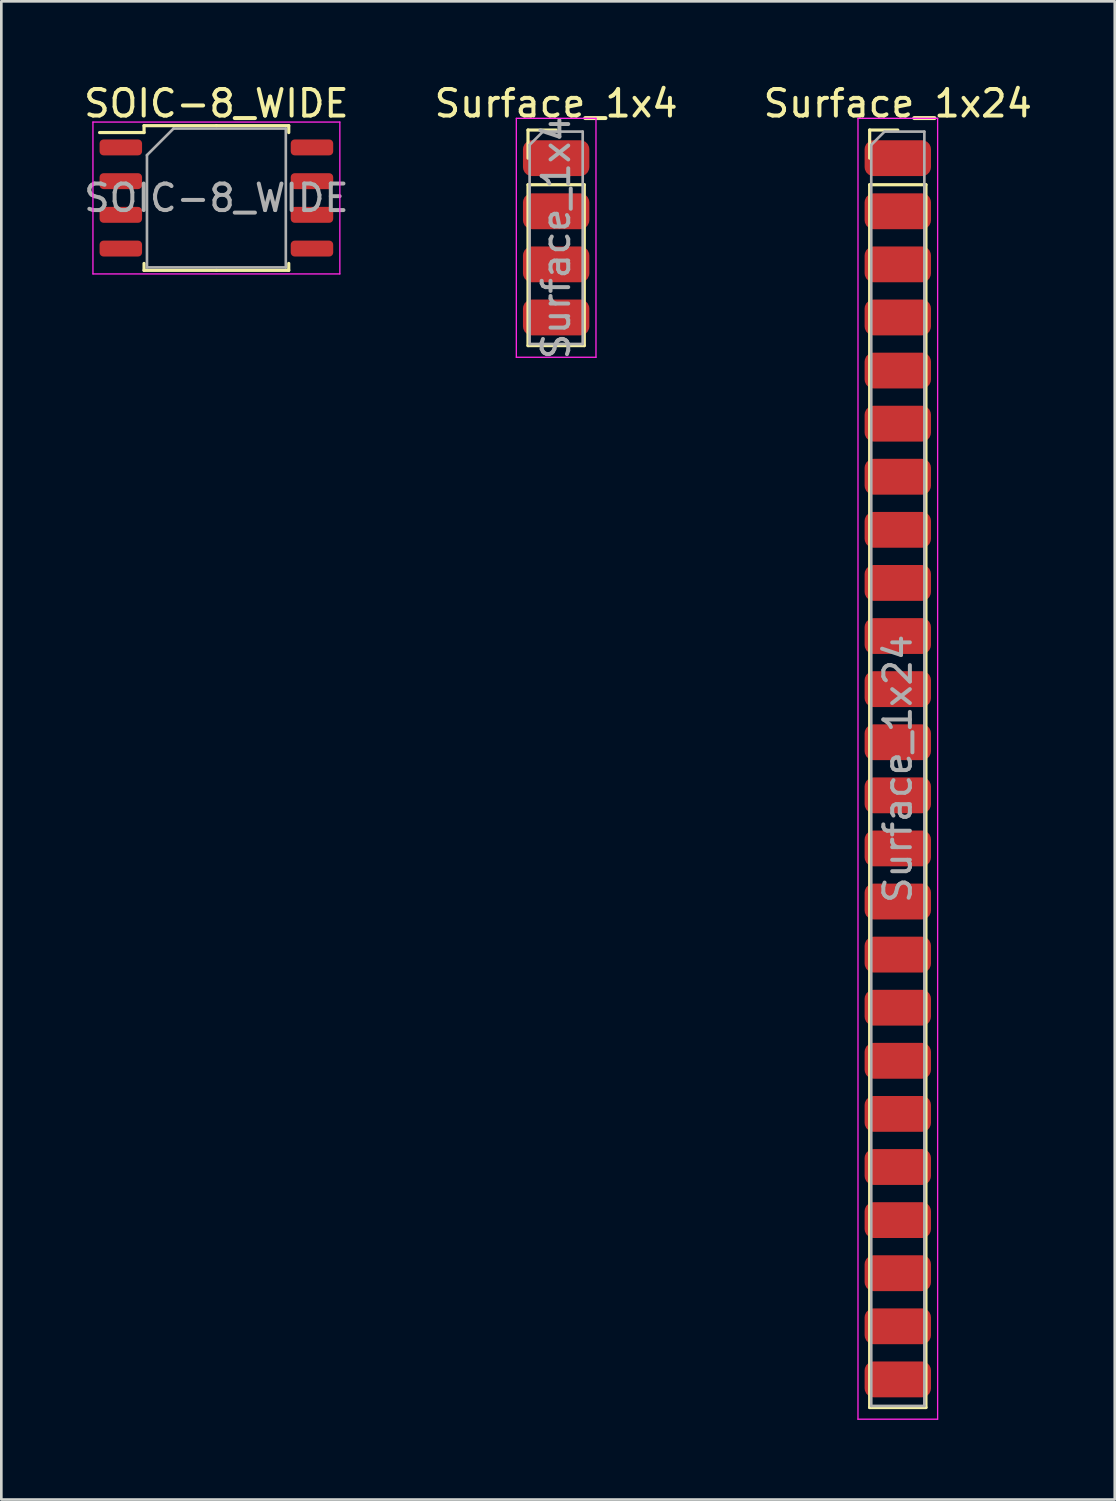
<source format=kicad_pcb>
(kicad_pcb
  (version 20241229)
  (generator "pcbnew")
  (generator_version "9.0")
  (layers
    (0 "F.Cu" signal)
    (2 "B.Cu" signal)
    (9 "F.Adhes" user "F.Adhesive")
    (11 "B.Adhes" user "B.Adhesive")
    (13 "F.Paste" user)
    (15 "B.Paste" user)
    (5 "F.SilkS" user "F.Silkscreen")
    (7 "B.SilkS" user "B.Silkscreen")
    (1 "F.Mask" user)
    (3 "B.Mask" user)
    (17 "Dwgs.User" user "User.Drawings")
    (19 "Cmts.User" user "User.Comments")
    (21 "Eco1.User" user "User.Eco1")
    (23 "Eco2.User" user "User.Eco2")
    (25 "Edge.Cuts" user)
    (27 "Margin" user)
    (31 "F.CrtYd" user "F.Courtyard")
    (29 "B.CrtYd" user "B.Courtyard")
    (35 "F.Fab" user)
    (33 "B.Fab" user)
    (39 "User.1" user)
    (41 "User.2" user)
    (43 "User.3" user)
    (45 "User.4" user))
  (footprint "SOIC-8_WIDE"
    (layer "F.Cu")
    (at 5.101 4.408)
    (property "Reference" "SOIC-8_WIDE" (at 0 -3.56 0) (layer "F.SilkS") (effects (font (size 1 1) (thickness 0.15))))
    (attr smd)
    (fp_line (start -2.725 -2.725) (end -2.725 -2.465) (stroke (width 0.12) (type solid)) (layer "F.SilkS"))
    (fp_line (start -2.725 -2.465) (end -4.4 -2.465) (stroke (width 0.12) (type solid)) (layer "F.SilkS"))
    (fp_line (start -2.725 2.725) (end -2.725 2.465) (stroke (width 0.12) (type solid)) (layer "F.SilkS"))
    (fp_line (start 0 -2.725) (end -2.725 -2.725) (stroke (width 0.12) (type solid)) (layer "F.SilkS"))
    (fp_line (start 0 -2.725) (end 2.725 -2.725) (stroke (width 0.12) (type solid)) (layer "F.SilkS"))
    (fp_line (start 0 2.725) (end -2.725 2.725) (stroke (width 0.12) (type solid)) (layer "F.SilkS"))
    (fp_line (start 0 2.725) (end 2.725 2.725) (stroke (width 0.12) (type solid)) (layer "F.SilkS"))
    (fp_line (start 2.725 -2.725) (end 2.725 -2.465) (stroke (width 0.12) (type solid)) (layer "F.SilkS"))
    (fp_line (start 2.725 2.725) (end 2.725 2.465) (stroke (width 0.12) (type solid)) (layer "F.SilkS"))
    (fp_line (start -4.65 -2.86) (end -4.65 2.86) (stroke (width 0.05) (type solid)) (layer "F.CrtYd"))
    (fp_line (start -4.65 2.86) (end 4.65 2.86) (stroke (width 0.05) (type solid)) (layer "F.CrtYd"))
    (fp_line (start 4.65 -2.86) (end -4.65 -2.86) (stroke (width 0.05) (type solid)) (layer "F.CrtYd"))
    (fp_line (start 4.65 2.86) (end 4.65 -2.86) (stroke (width 0.05) (type solid)) (layer "F.CrtYd"))
    (fp_line (start -2.615 -1.615) (end -1.615 -2.615) (stroke (width 0.1) (type solid)) (layer "F.Fab"))
    (fp_line (start -2.615 2.615) (end -2.615 -1.615) (stroke (width 0.1) (type solid)) (layer "F.Fab"))
    (fp_line (start -1.615 -2.615) (end 2.615 -2.615) (stroke (width 0.1) (type solid)) (layer "F.Fab"))
    (fp_line (start 2.615 -2.615) (end 2.615 2.615) (stroke (width 0.1) (type solid)) (layer "F.Fab"))
    (fp_line (start 2.615 2.615) (end -2.615 2.615) (stroke (width 0.1) (type solid)) (layer "F.Fab"))
    (fp_text user "${REFERENCE}" (at 0 0 0) (layer "F.Fab") (effects (font (size 1 1) (thickness 0.15))))
    (pad "1" smd roundrect (at -3.6 -1.905) (size 1.6 0.6) (layers "F.Cu" "F.Mask" "F.Paste") (roundrect_rratio 0.25))
    (pad "2" smd roundrect (at -3.6 -0.635) (size 1.6 0.6) (layers "F.Cu" "F.Mask" "F.Paste") (roundrect_rratio 0.25))
    (pad "3" smd roundrect (at -3.6 0.635) (size 1.6 0.6) (layers "F.Cu" "F.Mask" "F.Paste") (roundrect_rratio 0.25))
    (pad "4" smd roundrect (at -3.6 1.905) (size 1.6 0.6) (layers "F.Cu" "F.Mask" "F.Paste") (roundrect_rratio 0.25))
    (pad "5" smd roundrect (at 3.6 1.905) (size 1.6 0.6) (layers "F.Cu" "F.Mask" "F.Paste") (roundrect_rratio 0.25))
    (pad "6" smd roundrect (at 3.6 0.635) (size 1.6 0.6) (layers "F.Cu" "F.Mask" "F.Paste") (roundrect_rratio 0.25))
    (pad "7" smd roundrect (at 3.6 -0.635) (size 1.6 0.6) (layers "F.Cu" "F.Mask" "F.Paste") (roundrect_rratio 0.25))
    (pad "8" smd roundrect (at 3.6 -1.905) (size 1.6 0.6) (layers "F.Cu" "F.Mask" "F.Paste") (roundrect_rratio 0.25)))
  (footprint "Surface_1x24"
    (layer "F.Cu")
    (at 30.768 2.908)
    (property "Reference" "Surface_1x24" (at 0 -2.06 0) (layer "F.SilkS") (effects (font (size 1 1) (thickness 0.15))))
    (attr through_hole)
    (fp_line (start -1.06 -1.06) (end 0 -1.06) (stroke (width 0.12) (type solid)) (layer "F.SilkS"))
    (fp_line (start -1.06 0) (end -1.06 -1.06) (stroke (width 0.12) (type solid)) (layer "F.SilkS"))
    (fp_line (start -1.06 1) (end -1.06 47.06) (stroke (width 0.12) (type solid)) (layer "F.SilkS"))
    (fp_line (start -1.06 1) (end 1.06 1) (stroke (width 0.12) (type solid)) (layer "F.SilkS"))
    (fp_line (start -1.06 47.06) (end 1.06 47.06) (stroke (width 0.12) (type solid)) (layer "F.SilkS"))
    (fp_line (start 1.06 1) (end 1.06 47.06) (stroke (width 0.12) (type solid)) (layer "F.SilkS"))
    (fp_line (start -1.5 -1.5) (end -1.5 47.5) (stroke (width 0.05) (type solid)) (layer "F.CrtYd"))
    (fp_line (start -1.5 47.5) (end 1.5 47.5) (stroke (width 0.05) (type solid)) (layer "F.CrtYd"))
    (fp_line (start 1.5 -1.5) (end -1.5 -1.5) (stroke (width 0.05) (type solid)) (layer "F.CrtYd"))
    (fp_line (start 1.5 47.5) (end 1.5 -1.5) (stroke (width 0.05) (type solid)) (layer "F.CrtYd"))
    (fp_line (start -1 -0.5) (end -0.5 -1) (stroke (width 0.1) (type solid)) (layer "F.Fab"))
    (fp_line (start -1 47) (end -1 -0.5) (stroke (width 0.1) (type solid)) (layer "F.Fab"))
    (fp_line (start -0.5 -1) (end 1 -1) (stroke (width 0.1) (type solid)) (layer "F.Fab"))
    (fp_line (start 1 -1) (end 1 47) (stroke (width 0.1) (type solid)) (layer "F.Fab"))
    (fp_line (start 1 47) (end -1 47) (stroke (width 0.1) (type solid)) (layer "F.Fab"))
    (fp_text user "${REFERENCE}" (at 0 23 90) (layer "F.Fab") (effects (font (size 1 1) (thickness 0.15))))
    (pad "1" smd roundrect (at 0 0) (size 2.5 1.35) (layers "F.Cu" "F.Mask" "F.Paste") (roundrect_rratio 0.25))
    (pad "2" smd roundrect (at 0 2) (size 2.5 1.35) (layers "F.Cu" "F.Mask" "F.Paste") (roundrect_rratio 0.25))
    (pad "3" smd roundrect (at 0 4) (size 2.5 1.35) (layers "F.Cu" "F.Mask" "F.Paste") (roundrect_rratio 0.25))
    (pad "4" smd roundrect (at 0 6) (size 2.5 1.35) (layers "F.Cu" "F.Mask" "F.Paste") (roundrect_rratio 0.25))
    (pad "5" smd roundrect (at 0 8) (size 2.5 1.35) (layers "F.Cu" "F.Mask" "F.Paste") (roundrect_rratio 0.25))
    (pad "6" smd roundrect (at 0 10) (size 2.5 1.35) (layers "F.Cu" "F.Mask" "F.Paste") (roundrect_rratio 0.25))
    (pad "7" smd roundrect (at 0 12) (size 2.5 1.35) (layers "F.Cu" "F.Mask" "F.Paste") (roundrect_rratio 0.25))
    (pad "8" smd roundrect (at 0 14) (size 2.5 1.35) (layers "F.Cu" "F.Mask" "F.Paste") (roundrect_rratio 0.25))
    (pad "9" smd roundrect (at 0 16) (size 2.5 1.35) (layers "F.Cu" "F.Mask" "F.Paste") (roundrect_rratio 0.25))
    (pad "10" smd roundrect (at 0 18) (size 2.5 1.35) (layers "F.Cu" "F.Mask" "F.Paste") (roundrect_rratio 0.25))
    (pad "11" smd roundrect (at 0 20) (size 2.5 1.35) (layers "F.Cu" "F.Mask" "F.Paste") (roundrect_rratio 0.25))
    (pad "12" smd roundrect (at 0 22) (size 2.5 1.35) (layers "F.Cu" "F.Mask" "F.Paste") (roundrect_rratio 0.25))
    (pad "13" smd roundrect (at 0 24) (size 2.5 1.35) (layers "F.Cu" "F.Mask" "F.Paste") (roundrect_rratio 0.25))
    (pad "14" smd roundrect (at 0 26) (size 2.5 1.35) (layers "F.Cu" "F.Mask" "F.Paste") (roundrect_rratio 0.25))
    (pad "15" smd roundrect (at 0 28) (size 2.5 1.35) (layers "F.Cu" "F.Mask" "F.Paste") (roundrect_rratio 0.25))
    (pad "16" smd roundrect (at 0 30) (size 2.5 1.35) (layers "F.Cu" "F.Mask" "F.Paste") (roundrect_rratio 0.25))
    (pad "17" smd roundrect (at 0 32) (size 2.5 1.35) (layers "F.Cu" "F.Mask" "F.Paste") (roundrect_rratio 0.25))
    (pad "18" smd roundrect (at 0 34) (size 2.5 1.35) (layers "F.Cu" "F.Mask" "F.Paste") (roundrect_rratio 0.25))
    (pad "19" smd roundrect (at 0 36) (size 2.5 1.35) (layers "F.Cu" "F.Mask" "F.Paste") (roundrect_rratio 0.25))
    (pad "20" smd roundrect (at 0 38) (size 2.5 1.35) (layers "F.Cu" "F.Mask" "F.Paste") (roundrect_rratio 0.25))
    (pad "21" smd roundrect (at 0 40) (size 2.5 1.35) (layers "F.Cu" "F.Mask" "F.Paste") (roundrect_rratio 0.25))
    (pad "22" smd roundrect (at 0 42) (size 2.5 1.35) (layers "F.Cu" "F.Mask" "F.Paste") (roundrect_rratio 0.25))
    (pad "23" smd roundrect (at 0 44) (size 2.5 1.35) (layers "F.Cu" "F.Mask" "F.Paste") (roundrect_rratio 0.25))
    (pad "24" smd roundrect (at 0 46) (size 2.5 1.35) (layers "F.Cu" "F.Mask" "F.Paste") (roundrect_rratio 0.25)))
  (footprint "Surface_1x4"
    (layer "F.Cu")
    (at 17.899 2.908)
    (property "Reference" "Surface_1x4" (at 0 -2.06 0) (layer "F.SilkS") (effects (font (size 1 1) (thickness 0.15))))
    (attr through_hole)
    (fp_line (start -1.06 -1.06) (end 0 -1.06) (stroke (width 0.12) (type solid)) (layer "F.SilkS"))
    (fp_line (start -1.06 0) (end -1.06 -1.06) (stroke (width 0.12) (type solid)) (layer "F.SilkS"))
    (fp_line (start -1.06 1) (end -1.06 7.06) (stroke (width 0.12) (type solid)) (layer "F.SilkS"))
    (fp_line (start -1.06 1) (end 1.06 1) (stroke (width 0.12) (type solid)) (layer "F.SilkS"))
    (fp_line (start -1.06 7.06) (end 1.06 7.06) (stroke (width 0.12) (type solid)) (layer "F.SilkS"))
    (fp_line (start 1.06 1) (end 1.06 7.06) (stroke (width 0.12) (type solid)) (layer "F.SilkS"))
    (fp_line (start -1.5 -1.5) (end -1.5 7.5) (stroke (width 0.05) (type solid)) (layer "F.CrtYd"))
    (fp_line (start -1.5 7.5) (end 1.5 7.5) (stroke (width 0.05) (type solid)) (layer "F.CrtYd"))
    (fp_line (start 1.5 -1.5) (end -1.5 -1.5) (stroke (width 0.05) (type solid)) (layer "F.CrtYd"))
    (fp_line (start 1.5 7.5) (end 1.5 -1.5) (stroke (width 0.05) (type solid)) (layer "F.CrtYd"))
    (fp_line (start -1 -0.5) (end -0.5 -1) (stroke (width 0.1) (type solid)) (layer "F.Fab"))
    (fp_line (start -1 7) (end -1 -0.5) (stroke (width 0.1) (type solid)) (layer "F.Fab"))
    (fp_line (start -0.5 -1) (end 1 -1) (stroke (width 0.1) (type solid)) (layer "F.Fab"))
    (fp_line (start 1 -1) (end 1 7) (stroke (width 0.1) (type solid)) (layer "F.Fab"))
    (fp_line (start 1 7) (end -1 7) (stroke (width 0.1) (type solid)) (layer "F.Fab"))
    (fp_text user "${REFERENCE}" (at 0 3 90) (layer "F.Fab") (effects (font (size 1 1) (thickness 0.15))))
    (pad "1" smd roundrect (at 0 0) (size 2.5 1.35) (layers "F.Cu" "F.Mask" "F.Paste") (roundrect_rratio 0.25))
    (pad "2" smd roundrect (at 0 2) (size 2.5 1.35) (layers "F.Cu" "F.Mask" "F.Paste") (roundrect_rratio 0.25))
    (pad "3" smd roundrect (at 0 4) (size 2.5 1.35) (layers "F.Cu" "F.Mask" "F.Paste") (roundrect_rratio 0.25))
    (pad "4" smd roundrect (at 0 6) (size 2.5 1.35) (layers "F.Cu" "F.Mask" "F.Paste") (roundrect_rratio 0.25)))
  (gr_rect
    (start -3 -3)
    (end 38.94 53.433)
    (stroke (width 0.1) (type default))
    (fill no)
    (layer "Edge.Cuts")))
</source>
